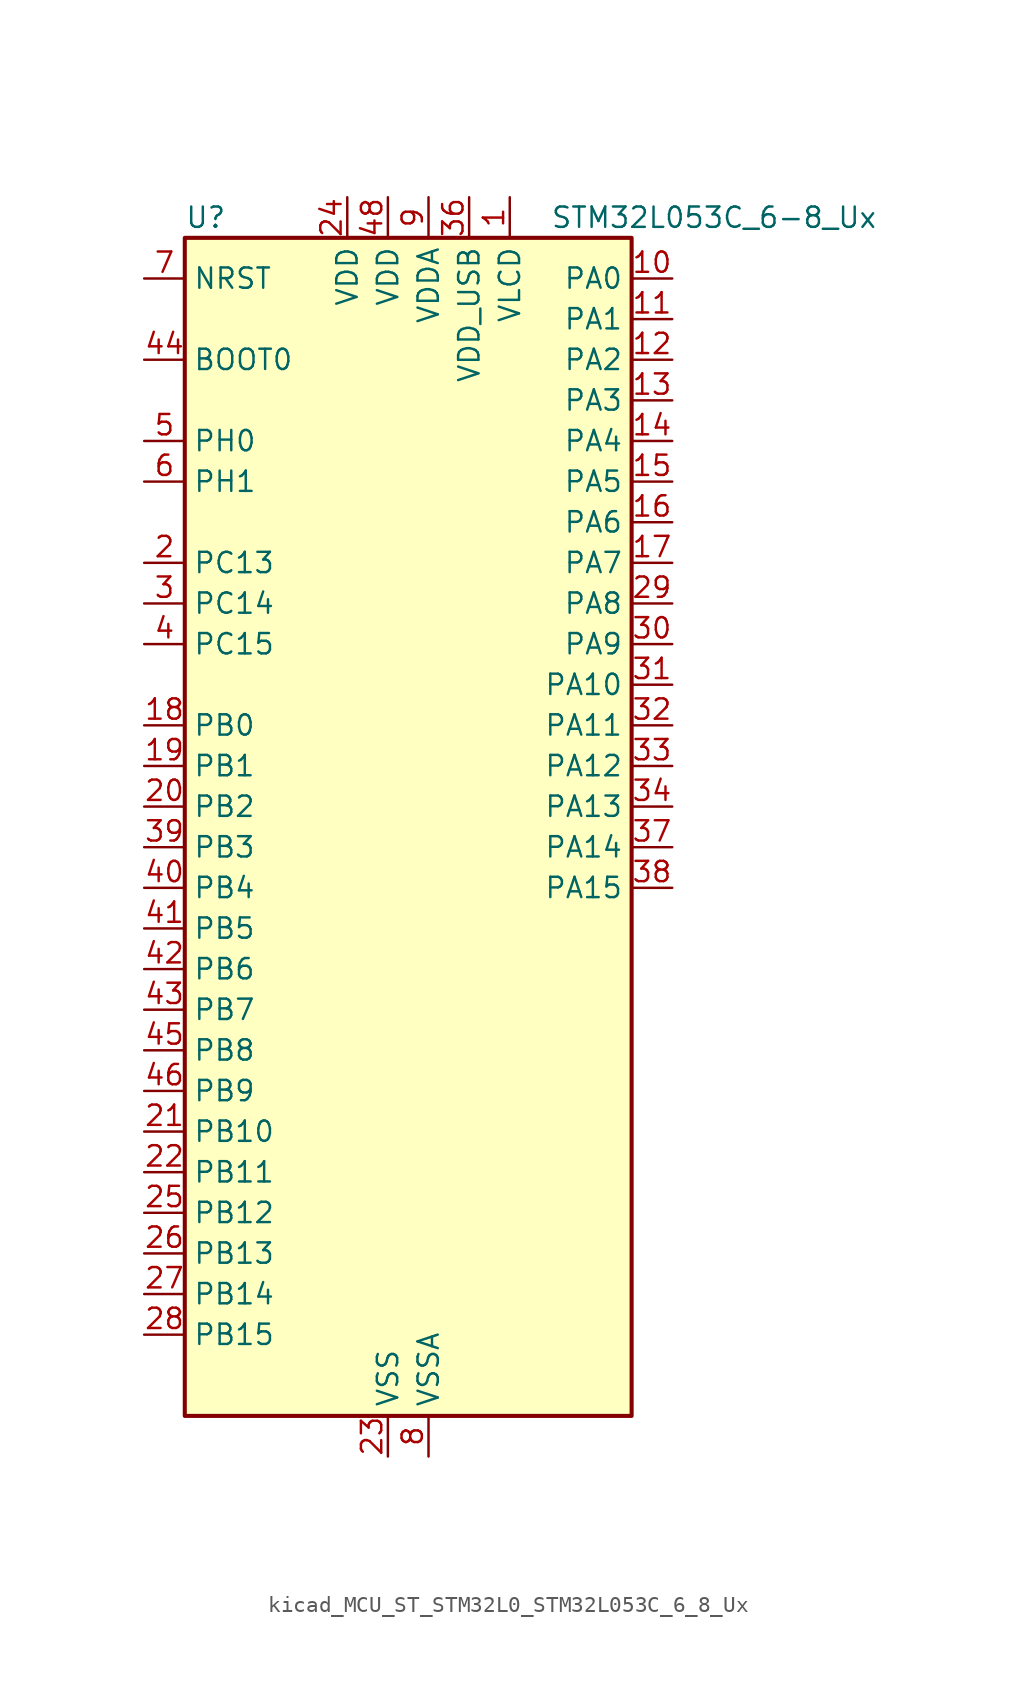
<source format=kicad_sym>
(kicad_symbol_lib
  (version 20220914)
  (generator kicad_symbol_editor)
  (symbol "kicad_MCU_ST_STM32L0_STM32L053C_6_8_Ux"
    (property "Reference" "U"
      (at -12.7 39.37 0)
      (effects (font (size 1.27 1.27)) (justify left)))
    (property "Value" "STM32L053C_6-8_Ux"
      (at 10.16 39.37 0)
      (effects (font (size 1.27 1.27)) (justify left)))
    (property "ki_locked" ""
      (at 0 0 0)
      (effects (font (size 1.27 1.27))))
    (symbol "kicad_MCU_ST_STM32L0_STM32L053C_6_8_Ux_0_1"
      (rectangle (start -12.7 -35.56) (end 15.24 38.1) (stroke (width 0.254) (type default)) (fill (type background))))
    (symbol "kicad_MCU_ST_STM32L0_STM32L053C_6_8_Ux_1_1"
      (pin power_in line (at 7.62 40.64 270) (length 2.54) (name "VLCD" (effects (font (size 1.27 1.27)))) (number "1" (effects (font (size 1.27 1.27)))))
      (pin bidirectional line (at 17.78 35.56 180) (length 2.54) (name "PA0" (effects (font (size 1.27 1.27)))) (number "10" (effects (font (size 1.27 1.27)))) (alternate "ADC_IN0" bidirectional line) (alternate "COMP1_INM" bidirectional line) (alternate "COMP1_OUT" bidirectional line) (alternate "RTC_TAMP2" bidirectional line) (alternate "SYS_WKUP1" bidirectional line) (alternate "TIM2_CH1" bidirectional line) (alternate "TIM2_ETR" bidirectional line) (alternate "TSC_G1_IO1" bidirectional line) (alternate "USART2_CTS" bidirectional line))
      (pin bidirectional line (at 17.78 33.02 180) (length 2.54) (name "PA1" (effects (font (size 1.27 1.27)))) (number "11" (effects (font (size 1.27 1.27)))) (alternate "ADC_IN1" bidirectional line) (alternate "COMP1_INP" bidirectional line) (alternate "LCD_SEG0" bidirectional line) (alternate "TIM21_ETR" bidirectional line) (alternate "TIM2_CH2" bidirectional line) (alternate "TSC_G1_IO2" bidirectional line) (alternate "USART2_DE" bidirectional line) (alternate "USART2_RTS" bidirectional line))
      (pin bidirectional line (at 17.78 30.48 180) (length 2.54) (name "PA2" (effects (font (size 1.27 1.27)))) (number "12" (effects (font (size 1.27 1.27)))) (alternate "ADC_IN2" bidirectional line) (alternate "COMP2_INM" bidirectional line) (alternate "COMP2_OUT" bidirectional line) (alternate "LCD_SEG1" bidirectional line) (alternate "TIM21_CH1" bidirectional line) (alternate "TIM2_CH3" bidirectional line) (alternate "TSC_G1_IO3" bidirectional line) (alternate "USART2_TX" bidirectional line))
      (pin bidirectional line (at 17.78 27.94 180) (length 2.54) (name "PA3" (effects (font (size 1.27 1.27)))) (number "13" (effects (font (size 1.27 1.27)))) (alternate "ADC_IN3" bidirectional line) (alternate "COMP2_INP" bidirectional line) (alternate "LCD_SEG2" bidirectional line) (alternate "TIM21_CH2" bidirectional line) (alternate "TIM2_CH4" bidirectional line) (alternate "TSC_G1_IO4" bidirectional line) (alternate "USART2_RX" bidirectional line))
      (pin bidirectional line (at 17.78 25.4 180) (length 2.54) (name "PA4" (effects (font (size 1.27 1.27)))) (number "14" (effects (font (size 1.27 1.27)))) (alternate "ADC_IN4" bidirectional line) (alternate "COMP1_INM" bidirectional line) (alternate "COMP2_INM" bidirectional line) (alternate "DAC_OUT1" bidirectional line) (alternate "SPI1_NSS" bidirectional line) (alternate "TIM22_ETR" bidirectional line) (alternate "TSC_G2_IO1" bidirectional line) (alternate "USART2_CK" bidirectional line))
      (pin bidirectional line (at 17.78 22.86 180) (length 2.54) (name "PA5" (effects (font (size 1.27 1.27)))) (number "15" (effects (font (size 1.27 1.27)))) (alternate "ADC_IN5" bidirectional line) (alternate "COMP1_INM" bidirectional line) (alternate "COMP2_INM" bidirectional line) (alternate "SPI1_SCK" bidirectional line) (alternate "TIM2_CH1" bidirectional line) (alternate "TIM2_ETR" bidirectional line) (alternate "TSC_G2_IO2" bidirectional line))
      (pin bidirectional line (at 17.78 20.32 180) (length 2.54) (name "PA6" (effects (font (size 1.27 1.27)))) (number "16" (effects (font (size 1.27 1.27)))) (alternate "ADC_IN6" bidirectional line) (alternate "COMP1_OUT" bidirectional line) (alternate "LCD_SEG3" bidirectional line) (alternate "LPUART1_CTS" bidirectional line) (alternate "SPI1_MISO" bidirectional line) (alternate "TIM22_CH1" bidirectional line) (alternate "TSC_G2_IO3" bidirectional line))
      (pin bidirectional line (at 17.78 17.78 180) (length 2.54) (name "PA7" (effects (font (size 1.27 1.27)))) (number "17" (effects (font (size 1.27 1.27)))) (alternate "ADC_IN7" bidirectional line) (alternate "COMP2_OUT" bidirectional line) (alternate "LCD_SEG4" bidirectional line) (alternate "SPI1_MOSI" bidirectional line) (alternate "TIM22_CH2" bidirectional line) (alternate "TSC_G2_IO4" bidirectional line))
      (pin bidirectional line (at -15.24 7.62 0) (length 2.54) (name "PB0" (effects (font (size 1.27 1.27)))) (number "18" (effects (font (size 1.27 1.27)))) (alternate "ADC_IN8" bidirectional line) (alternate "LCD_SEG5" bidirectional line) (alternate "LCD_VLCD3" bidirectional line) (alternate "SYS_VREF_OUT_PB0" bidirectional line) (alternate "TSC_G3_IO2" bidirectional line))
      (pin bidirectional line (at -15.24 5.08 0) (length 2.54) (name "PB1" (effects (font (size 1.27 1.27)))) (number "19" (effects (font (size 1.27 1.27)))) (alternate "ADC_IN9" bidirectional line) (alternate "LCD_SEG6" bidirectional line) (alternate "LPUART1_DE" bidirectional line) (alternate "LPUART1_RTS" bidirectional line) (alternate "SYS_VREF_OUT_PB1" bidirectional line) (alternate "TSC_G3_IO3" bidirectional line))
      (pin bidirectional line (at -15.24 17.78 0) (length 2.54) (name "PC13" (effects (font (size 1.27 1.27)))) (number "2" (effects (font (size 1.27 1.27)))) (alternate "RTC_OUT_ALARM" bidirectional line) (alternate "RTC_OUT_CALIB" bidirectional line) (alternate "RTC_TAMP1" bidirectional line) (alternate "RTC_TS" bidirectional line) (alternate "SYS_WKUP2" bidirectional line))
      (pin bidirectional line (at -15.24 2.54 0) (length 2.54) (name "PB2" (effects (font (size 1.27 1.27)))) (number "20" (effects (font (size 1.27 1.27)))) (alternate "LCD_VLCD1" bidirectional line) (alternate "LPTIM1_OUT" bidirectional line) (alternate "TSC_G3_IO4" bidirectional line))
      (pin bidirectional line (at -15.24 -17.78 0) (length 2.54) (name "PB10" (effects (font (size 1.27 1.27)))) (number "21" (effects (font (size 1.27 1.27)))) (alternate "I2C2_SCL" bidirectional line) (alternate "LCD_SEG10" bidirectional line) (alternate "LPUART1_TX" bidirectional line) (alternate "SPI2_SCK" bidirectional line) (alternate "TIM2_CH3" bidirectional line) (alternate "TSC_SYNC" bidirectional line))
      (pin bidirectional line (at -15.24 -20.32 0) (length 2.54) (name "PB11" (effects (font (size 1.27 1.27)))) (number "22" (effects (font (size 1.27 1.27)))) (alternate "ADC_EXTI11" bidirectional line) (alternate "I2C2_SDA" bidirectional line) (alternate "LCD_SEG11" bidirectional line) (alternate "LPUART1_RX" bidirectional line) (alternate "TIM2_CH4" bidirectional line) (alternate "TSC_G6_IO1" bidirectional line))
      (pin power_in line (at 0 -38.1 90) (length 2.54) (name "VSS" (effects (font (size 1.27 1.27)))) (number "23" (effects (font (size 1.27 1.27)))))
      (pin power_in line (at -2.54 40.64 270) (length 2.54) (name "VDD" (effects (font (size 1.27 1.27)))) (number "24" (effects (font (size 1.27 1.27)))))
      (pin bidirectional line (at -15.24 -22.86 0) (length 2.54) (name "PB12" (effects (font (size 1.27 1.27)))) (number "25" (effects (font (size 1.27 1.27)))) (alternate "I2S2_WS" bidirectional line) (alternate "LCD_SEG12" bidirectional line) (alternate "LCD_VLCD2" bidirectional line) (alternate "LPUART1_DE" bidirectional line) (alternate "LPUART1_RTS" bidirectional line) (alternate "SPI2_NSS" bidirectional line) (alternate "TSC_G6_IO2" bidirectional line))
      (pin bidirectional line (at -15.24 -25.4 0) (length 2.54) (name "PB13" (effects (font (size 1.27 1.27)))) (number "26" (effects (font (size 1.27 1.27)))) (alternate "I2C2_SCL" bidirectional line) (alternate "I2S2_CK" bidirectional line) (alternate "LCD_SEG13" bidirectional line) (alternate "LPUART1_CTS" bidirectional line) (alternate "SPI2_SCK" bidirectional line) (alternate "TIM21_CH1" bidirectional line) (alternate "TSC_G6_IO3" bidirectional line))
      (pin bidirectional line (at -15.24 -27.94 0) (length 2.54) (name "PB14" (effects (font (size 1.27 1.27)))) (number "27" (effects (font (size 1.27 1.27)))) (alternate "I2C2_SDA" bidirectional line) (alternate "I2S2_MCK" bidirectional line) (alternate "LCD_SEG14" bidirectional line) (alternate "LPUART1_DE" bidirectional line) (alternate "LPUART1_RTS" bidirectional line) (alternate "RTC_OUT_ALARM" bidirectional line) (alternate "RTC_OUT_CALIB" bidirectional line) (alternate "SPI2_MISO" bidirectional line) (alternate "TIM21_CH2" bidirectional line) (alternate "TSC_G6_IO4" bidirectional line))
      (pin bidirectional line (at -15.24 -30.48 0) (length 2.54) (name "PB15" (effects (font (size 1.27 1.27)))) (number "28" (effects (font (size 1.27 1.27)))) (alternate "I2S2_SD" bidirectional line) (alternate "LCD_SEG15" bidirectional line) (alternate "RTC_REFIN" bidirectional line) (alternate "SPI2_MOSI" bidirectional line))
      (pin bidirectional line (at 17.78 15.24 180) (length 2.54) (name "PA8" (effects (font (size 1.27 1.27)))) (number "29" (effects (font (size 1.27 1.27)))) (alternate "CRS_SYNC" bidirectional line) (alternate "LCD_COM0" bidirectional line) (alternate "RCC_MCO" bidirectional line) (alternate "USART1_CK" bidirectional line))
      (pin bidirectional line (at -15.24 15.24 0) (length 2.54) (name "PC14" (effects (font (size 1.27 1.27)))) (number "3" (effects (font (size 1.27 1.27)))) (alternate "RCC_OSC32_IN" bidirectional line))
      (pin bidirectional line (at 17.78 12.7 180) (length 2.54) (name "PA9" (effects (font (size 1.27 1.27)))) (number "30" (effects (font (size 1.27 1.27)))) (alternate "DAC_EXTI9" bidirectional line) (alternate "LCD_COM1" bidirectional line) (alternate "RCC_MCO" bidirectional line) (alternate "TSC_G4_IO1" bidirectional line) (alternate "USART1_TX" bidirectional line))
      (pin bidirectional line (at 17.78 10.16 180) (length 2.54) (name "PA10" (effects (font (size 1.27 1.27)))) (number "31" (effects (font (size 1.27 1.27)))) (alternate "LCD_COM2" bidirectional line) (alternate "TSC_G4_IO2" bidirectional line) (alternate "USART1_RX" bidirectional line))
      (pin bidirectional line (at 17.78 7.62 180) (length 2.54) (name "PA11" (effects (font (size 1.27 1.27)))) (number "32" (effects (font (size 1.27 1.27)))) (alternate "ADC_EXTI11" bidirectional line) (alternate "COMP1_OUT" bidirectional line) (alternate "SPI1_MISO" bidirectional line) (alternate "TSC_G4_IO3" bidirectional line) (alternate "USART1_CTS" bidirectional line) (alternate "USB_DM" bidirectional line))
      (pin bidirectional line (at 17.78 5.08 180) (length 2.54) (name "PA12" (effects (font (size 1.27 1.27)))) (number "33" (effects (font (size 1.27 1.27)))) (alternate "COMP2_OUT" bidirectional line) (alternate "SPI1_MOSI" bidirectional line) (alternate "TSC_G4_IO4" bidirectional line) (alternate "USART1_DE" bidirectional line) (alternate "USART1_RTS" bidirectional line) (alternate "USB_DP" bidirectional line))
      (pin bidirectional line (at 17.78 2.54 180) (length 2.54) (name "PA13" (effects (font (size 1.27 1.27)))) (number "34" (effects (font (size 1.27 1.27)))) (alternate "SYS_SWDIO" bidirectional line) (alternate "USB_NOE" bidirectional line))
      (pin passive line (at 0 -38.1 90) (length 2.54) hide (name "VSS" (effects (font (size 1.27 1.27)))) (number "35" (effects (font (size 1.27 1.27)))))
      (pin power_in line (at 5.08 40.64 270) (length 2.54) (name "VDD_USB" (effects (font (size 1.27 1.27)))) (number "36" (effects (font (size 1.27 1.27)))))
      (pin bidirectional line (at 17.78 0 180) (length 2.54) (name "PA14" (effects (font (size 1.27 1.27)))) (number "37" (effects (font (size 1.27 1.27)))) (alternate "SYS_SWCLK" bidirectional line) (alternate "USART2_TX" bidirectional line))
      (pin bidirectional line (at 17.78 -2.54 180) (length 2.54) (name "PA15" (effects (font (size 1.27 1.27)))) (number "38" (effects (font (size 1.27 1.27)))) (alternate "LCD_SEG17" bidirectional line) (alternate "SPI1_NSS" bidirectional line) (alternate "TIM2_CH1" bidirectional line) (alternate "TIM2_ETR" bidirectional line) (alternate "USART2_RX" bidirectional line))
      (pin bidirectional line (at -15.24 0 0) (length 2.54) (name "PB3" (effects (font (size 1.27 1.27)))) (number "39" (effects (font (size 1.27 1.27)))) (alternate "COMP2_INM" bidirectional line) (alternate "LCD_SEG7" bidirectional line) (alternate "SPI1_SCK" bidirectional line) (alternate "TIM2_CH2" bidirectional line) (alternate "TSC_G5_IO1" bidirectional line))
      (pin bidirectional line (at -15.24 12.7 0) (length 2.54) (name "PC15" (effects (font (size 1.27 1.27)))) (number "4" (effects (font (size 1.27 1.27)))) (alternate "RCC_OSC32_OUT" bidirectional line))
      (pin bidirectional line (at -15.24 -2.54 0) (length 2.54) (name "PB4" (effects (font (size 1.27 1.27)))) (number "40" (effects (font (size 1.27 1.27)))) (alternate "COMP2_INP" bidirectional line) (alternate "LCD_SEG8" bidirectional line) (alternate "SPI1_MISO" bidirectional line) (alternate "TIM22_CH1" bidirectional line) (alternate "TSC_G5_IO2" bidirectional line))
      (pin bidirectional line (at -15.24 -5.08 0) (length 2.54) (name "PB5" (effects (font (size 1.27 1.27)))) (number "41" (effects (font (size 1.27 1.27)))) (alternate "COMP2_INP" bidirectional line) (alternate "I2C1_SMBA" bidirectional line) (alternate "LCD_SEG9" bidirectional line) (alternate "LPTIM1_IN1" bidirectional line) (alternate "SPI1_MOSI" bidirectional line) (alternate "TIM22_CH2" bidirectional line))
      (pin bidirectional line (at -15.24 -7.62 0) (length 2.54) (name "PB6" (effects (font (size 1.27 1.27)))) (number "42" (effects (font (size 1.27 1.27)))) (alternate "COMP2_INP" bidirectional line) (alternate "I2C1_SCL" bidirectional line) (alternate "LPTIM1_ETR" bidirectional line) (alternate "TSC_G5_IO3" bidirectional line) (alternate "USART1_TX" bidirectional line))
      (pin bidirectional line (at -15.24 -10.16 0) (length 2.54) (name "PB7" (effects (font (size 1.27 1.27)))) (number "43" (effects (font (size 1.27 1.27)))) (alternate "COMP2_INP" bidirectional line) (alternate "I2C1_SDA" bidirectional line) (alternate "LPTIM1_IN2" bidirectional line) (alternate "SYS_PVD_IN" bidirectional line) (alternate "TSC_G5_IO4" bidirectional line) (alternate "USART1_RX" bidirectional line))
      (pin input line (at -15.24 30.48 0) (length 2.54) (name "BOOT0" (effects (font (size 1.27 1.27)))) (number "44" (effects (font (size 1.27 1.27)))))
      (pin bidirectional line (at -15.24 -12.7 0) (length 2.54) (name "PB8" (effects (font (size 1.27 1.27)))) (number "45" (effects (font (size 1.27 1.27)))) (alternate "I2C1_SCL" bidirectional line) (alternate "LCD_SEG16" bidirectional line) (alternate "TSC_SYNC" bidirectional line))
      (pin bidirectional line (at -15.24 -15.24 0) (length 2.54) (name "PB9" (effects (font (size 1.27 1.27)))) (number "46" (effects (font (size 1.27 1.27)))) (alternate "DAC_EXTI9" bidirectional line) (alternate "I2C1_SDA" bidirectional line) (alternate "I2S2_WS" bidirectional line) (alternate "LCD_COM3" bidirectional line) (alternate "SPI2_NSS" bidirectional line))
      (pin passive line (at 0 -38.1 90) (length 2.54) hide (name "VSS" (effects (font (size 1.27 1.27)))) (number "47" (effects (font (size 1.27 1.27)))))
      (pin power_in line (at 0 40.64 270) (length 2.54) (name "VDD" (effects (font (size 1.27 1.27)))) (number "48" (effects (font (size 1.27 1.27)))))
      (pin passive line (at 0 -38.1 90) (length 2.54) hide (name "VSS" (effects (font (size 1.27 1.27)))) (number "49" (effects (font (size 1.27 1.27)))))
      (pin bidirectional line (at -15.24 25.4 0) (length 2.54) (name "PH0" (effects (font (size 1.27 1.27)))) (number "5" (effects (font (size 1.27 1.27)))) (alternate "CRS_SYNC" bidirectional line) (alternate "RCC_OSC_IN" bidirectional line))
      (pin bidirectional line (at -15.24 22.86 0) (length 2.54) (name "PH1" (effects (font (size 1.27 1.27)))) (number "6" (effects (font (size 1.27 1.27)))) (alternate "RCC_OSC_OUT" bidirectional line))
      (pin input line (at -15.24 35.56 0) (length 2.54) (name "NRST" (effects (font (size 1.27 1.27)))) (number "7" (effects (font (size 1.27 1.27)))))
      (pin power_in line (at 2.54 -38.1 90) (length 2.54) (name "VSSA" (effects (font (size 1.27 1.27)))) (number "8" (effects (font (size 1.27 1.27)))))
      (pin power_in line (at 2.54 40.64 270) (length 2.54) (name "VDDA" (effects (font (size 1.27 1.27)))) (number "9" (effects (font (size 1.27 1.27))))))))
</source>
